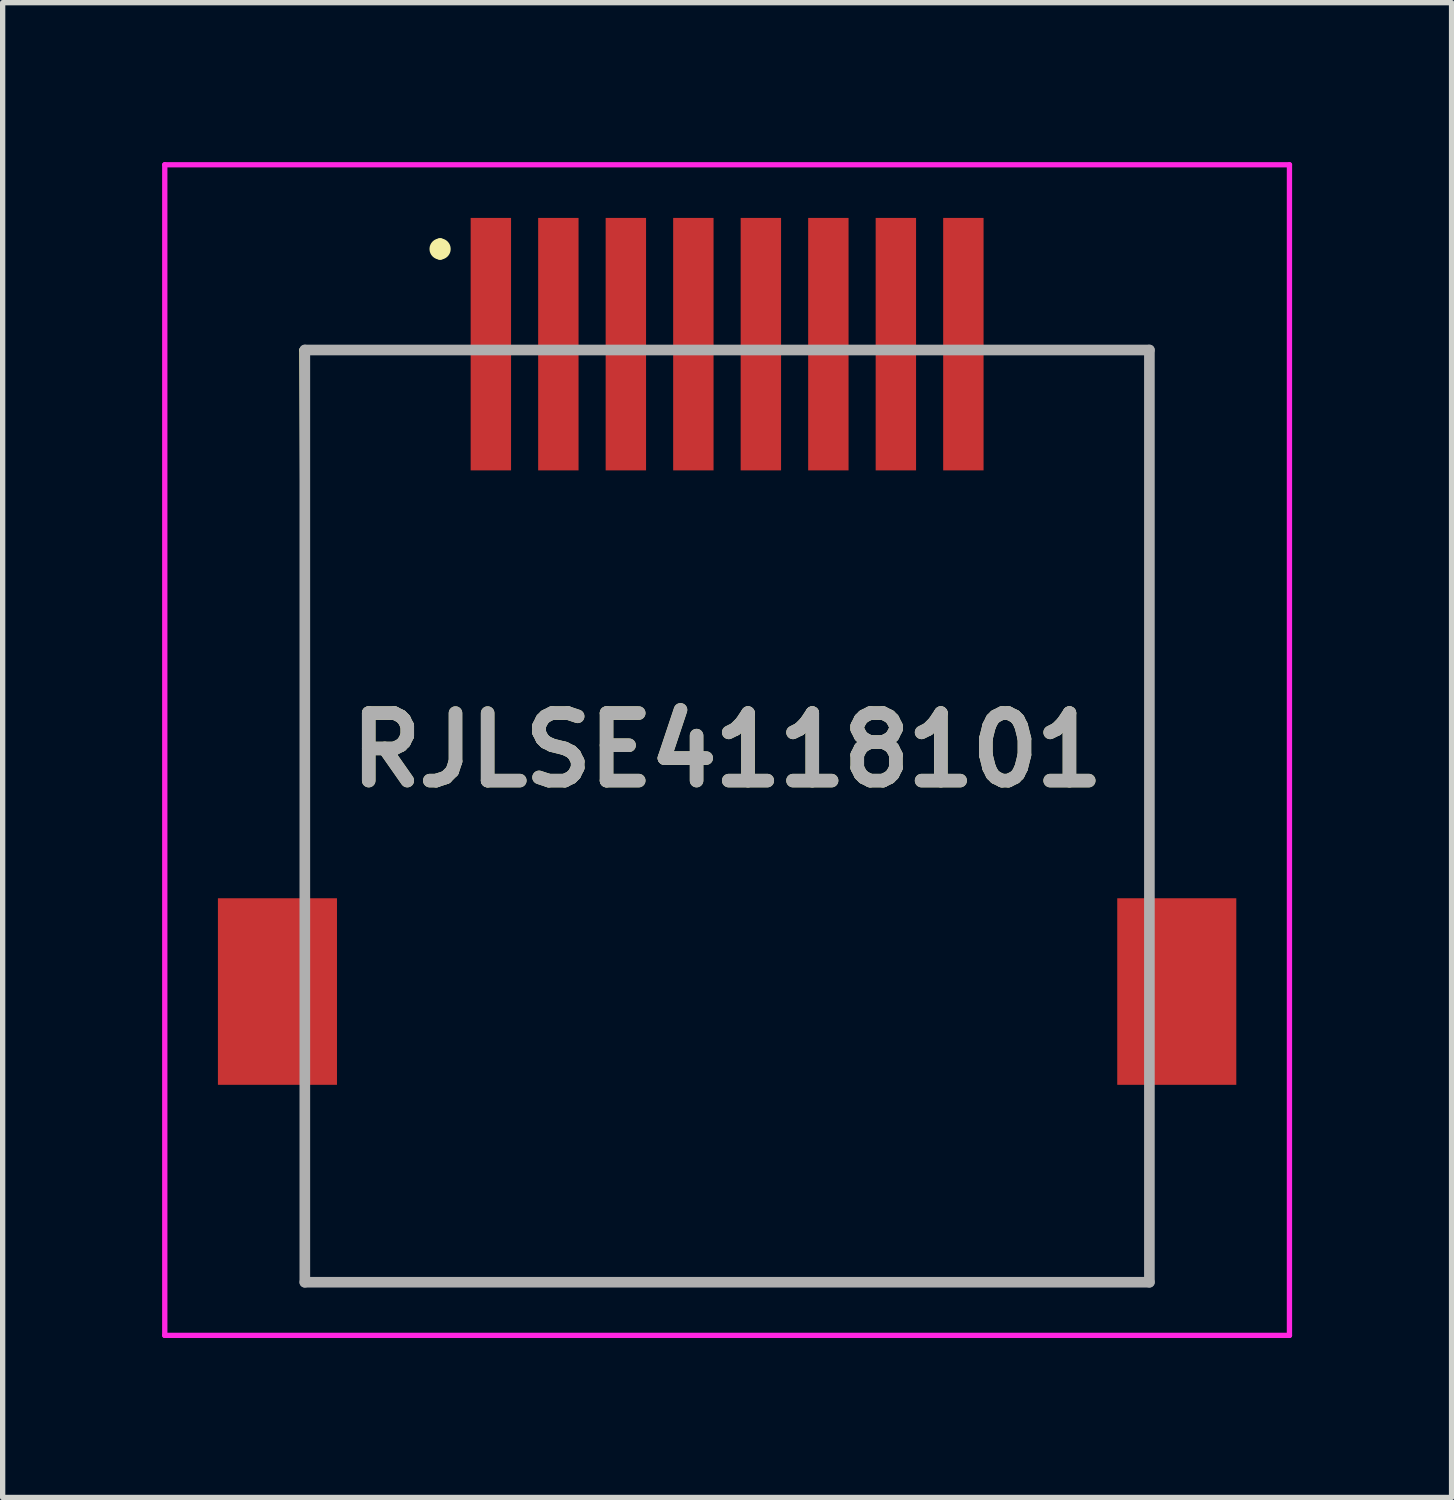
<source format=kicad_pcb>
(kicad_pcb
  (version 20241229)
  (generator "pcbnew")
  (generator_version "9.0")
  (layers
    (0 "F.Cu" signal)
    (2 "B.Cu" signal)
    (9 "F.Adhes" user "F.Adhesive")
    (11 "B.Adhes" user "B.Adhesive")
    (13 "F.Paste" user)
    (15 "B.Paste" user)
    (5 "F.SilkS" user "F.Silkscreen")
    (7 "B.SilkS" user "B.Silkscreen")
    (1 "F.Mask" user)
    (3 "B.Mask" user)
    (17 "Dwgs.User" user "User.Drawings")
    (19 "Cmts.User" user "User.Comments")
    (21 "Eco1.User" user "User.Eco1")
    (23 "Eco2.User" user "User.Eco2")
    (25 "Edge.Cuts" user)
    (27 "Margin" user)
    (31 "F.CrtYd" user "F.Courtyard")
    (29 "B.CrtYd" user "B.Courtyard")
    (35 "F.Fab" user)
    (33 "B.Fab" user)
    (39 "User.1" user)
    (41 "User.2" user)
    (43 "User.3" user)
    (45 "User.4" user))
  (footprint "RJLSE4118101"
    (layer "F.Cu")
    (at 10.63 11.062)
    (property "Reference" "RJLSE4118101" (at 0 0 0) (layer "F.SilkS") (effects (font (size 1.27 1.27) (thickness 0.254))))
    (attr smd)
    (fp_line (start -8 -7.527) (end -7.945 1.973) (stroke (width 0.1) (type solid)) (layer "F.SilkS"))
    (fp_line (start -7.945 10.012) (end -7.945 6.973) (stroke (width 0.1) (type solid)) (layer "F.SilkS"))
    (fp_line (start -6 -7.527) (end -8 -7.527) (stroke (width 0.1) (type solid)) (layer "F.SilkS"))
    (fp_line (start -5.4 -9.527) (end -5.4 -9.527) (stroke (width 0.2) (type solid)) (layer "F.SilkS"))
    (fp_line (start -5.4 -9.328) (end -5.4 -9.328) (stroke (width 0.2) (type solid)) (layer "F.SilkS"))
    (fp_line (start 6 -7.527) (end 7.945 -7.527) (stroke (width 0.1) (type solid)) (layer "F.SilkS"))
    (fp_line (start 7.945 -7.527) (end 7.945 1.973) (stroke (width 0.1) (type solid)) (layer "F.SilkS"))
    (fp_line (start 7.945 6.973) (end 7.945 10.012) (stroke (width 0.1) (type solid)) (layer "F.SilkS"))
    (fp_line (start 7.945 10.012) (end -7.945 10.012) (stroke (width 0.1) (type solid)) (layer "F.SilkS"))
    (fp_arc (start -5.4 -9.527) (mid -5.3005 -9.4275) (end -5.4 -9.328) (stroke (width 0.2) (type solid)) (layer "F.SilkS"))
    (fp_arc (start -5.4 -9.328) (mid -5.4995 -9.4275) (end -5.4 -9.527) (stroke (width 0.2) (type solid)) (layer "F.SilkS"))
    (fp_line (start -10.58 -11.012) (end 10.58 -11.012) (stroke (width 0.1) (type solid)) (layer "F.CrtYd"))
    (fp_line (start -10.58 11.012) (end -10.58 -11.012) (stroke (width 0.1) (type solid)) (layer "F.CrtYd"))
    (fp_line (start 10.58 -11.012) (end 10.58 11.012) (stroke (width 0.1) (type solid)) (layer "F.CrtYd"))
    (fp_line (start 10.58 11.012) (end -10.58 11.012) (stroke (width 0.1) (type solid)) (layer "F.CrtYd"))
    (fp_line (start -7.945 -7.527) (end 7.945 -7.527) (stroke (width 0.2) (type solid)) (layer "F.Fab"))
    (fp_line (start -7.945 10.012) (end -7.945 -7.527) (stroke (width 0.2) (type solid)) (layer "F.Fab"))
    (fp_line (start 7.945 -7.527) (end 7.945 10.012) (stroke (width 0.2) (type solid)) (layer "F.Fab"))
    (fp_line (start 7.945 10.012) (end -7.945 10.012) (stroke (width 0.2) (type solid)) (layer "F.Fab"))
    (fp_text user "${REFERENCE}" (at 0 0 0) (layer "F.Fab") (effects (font (size 1.27 1.27) (thickness 0.254))))
    (pad "1" smd rect (at -4.445 -7.637) (size 0.76 4.75) (layers "F.Cu" "F.Mask" "F.Paste"))
    (pad "2" smd rect (at -3.175 -7.637) (size 0.76 4.75) (layers "F.Cu" "F.Mask" "F.Paste"))
    (pad "3" smd rect (at -1.905 -7.637) (size 0.76 4.75) (layers "F.Cu" "F.Mask" "F.Paste"))
    (pad "4" smd rect (at -0.635 -7.637) (size 0.76 4.75) (layers "F.Cu" "F.Mask" "F.Paste"))
    (pad "5" smd rect (at 0.635 -7.637) (size 0.76 4.75) (layers "F.Cu" "F.Mask" "F.Paste"))
    (pad "6" smd rect (at 1.905 -7.637) (size 0.76 4.75) (layers "F.Cu" "F.Mask" "F.Paste"))
    (pad "7" smd rect (at 3.175 -7.637) (size 0.76 4.75) (layers "F.Cu" "F.Mask" "F.Paste"))
    (pad "8" smd rect (at 4.445 -7.637) (size 0.76 4.75) (layers "F.Cu" "F.Mask" "F.Paste"))
    (pad "MP1" smd rect (at -8.46 4.543) (size 2.24 3.51) (layers "F.Cu" "F.Mask" "F.Paste"))
    (pad "MP2" smd rect (at 8.46 4.543) (size 2.24 3.51) (layers "F.Cu" "F.Mask" "F.Paste")))
  (gr_rect
    (start -3 -3)
    (end 24.26 25.124)
    (stroke (width 0.1) (type default))
    (fill no)
    (layer "Edge.Cuts")))
</source>
